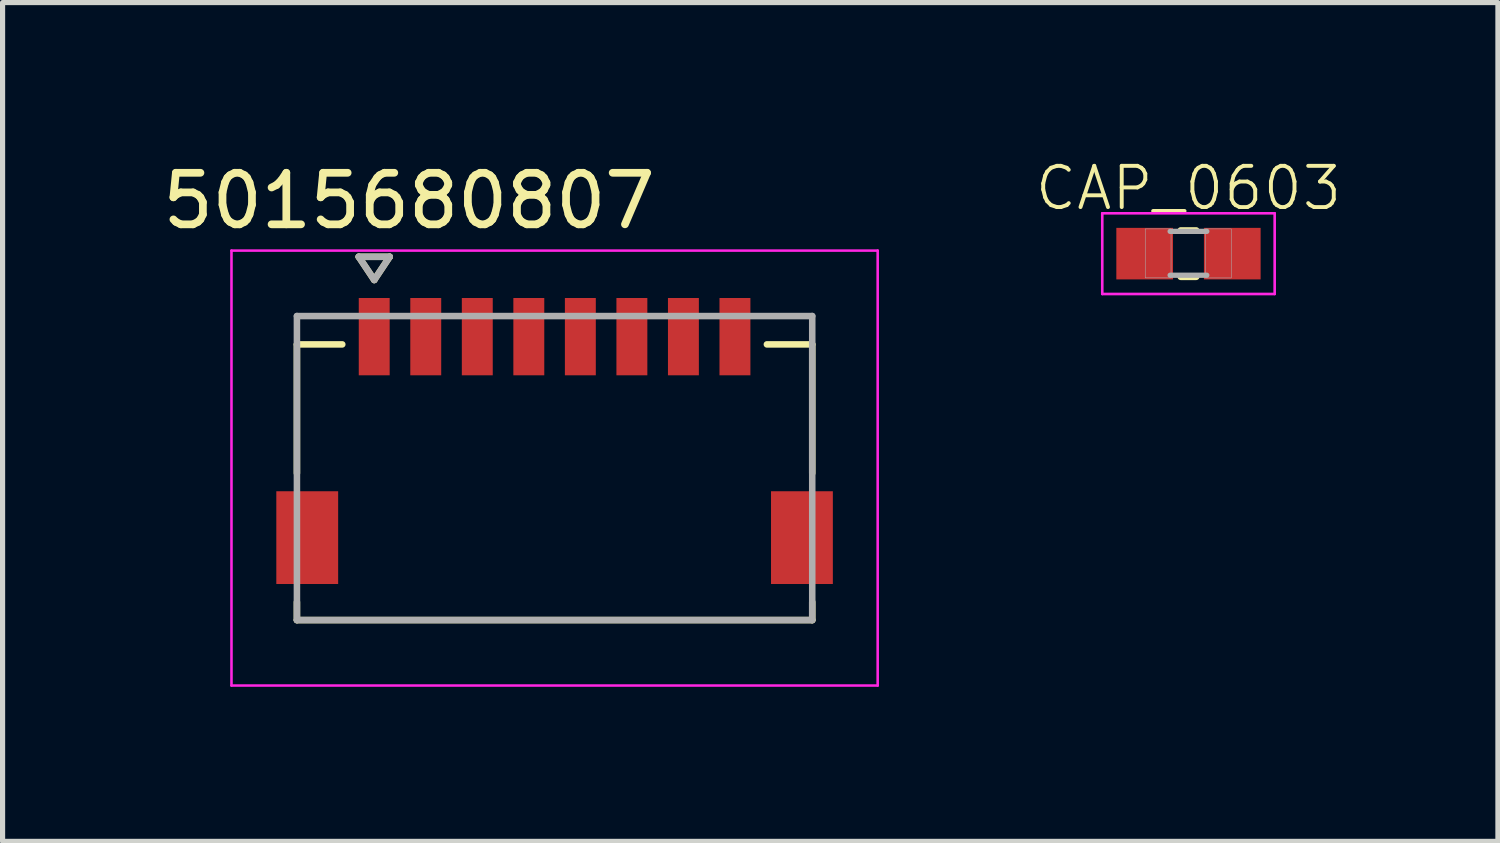
<source format=kicad_pcb>
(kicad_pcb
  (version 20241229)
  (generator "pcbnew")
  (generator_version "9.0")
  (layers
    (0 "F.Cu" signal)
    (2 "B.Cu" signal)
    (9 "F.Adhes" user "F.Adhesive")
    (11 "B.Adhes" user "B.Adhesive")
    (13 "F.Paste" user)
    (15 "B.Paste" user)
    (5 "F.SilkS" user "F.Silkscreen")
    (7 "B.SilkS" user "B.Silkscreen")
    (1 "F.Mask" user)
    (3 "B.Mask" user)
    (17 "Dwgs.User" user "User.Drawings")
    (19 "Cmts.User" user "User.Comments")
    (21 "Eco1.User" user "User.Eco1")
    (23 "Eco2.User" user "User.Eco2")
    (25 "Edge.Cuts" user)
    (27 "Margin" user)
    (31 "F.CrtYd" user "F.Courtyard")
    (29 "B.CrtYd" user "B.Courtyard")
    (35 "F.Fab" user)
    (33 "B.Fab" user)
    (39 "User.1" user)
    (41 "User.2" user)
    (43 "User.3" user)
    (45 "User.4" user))
  (footprint "CAP_0603"
    (layer "F.Cu")
    (at 20.013 1.872)
    (property "Reference" "CAP_0603" (at 0 -1.27 0) (layer "F.SilkS") (effects (font (size 0.8 0.8) (thickness 0.076))))
    (attr through_hole)
    (fp_line (start -0.15 -0.45) (end 0.15 -0.45) (stroke (width 0.127) (type solid)) (layer "F.SilkS"))
    (fp_line (start -0.15 0.45) (end 0.15 0.45) (stroke (width 0.127) (type solid)) (layer "F.SilkS"))
    (fp_line (start -1.673 -0.783) (end 1.673 -0.783) (stroke (width 0.051) (type solid)) (layer "F.CrtYd"))
    (fp_line (start -1.673 0.783) (end -1.673 -0.783) (stroke (width 0.051) (type solid)) (layer "F.CrtYd"))
    (fp_line (start 1.673 -0.783) (end 1.673 0.783) (stroke (width 0.051) (type solid)) (layer "F.CrtYd"))
    (fp_line (start 1.673 0.783) (end -1.673 0.783) (stroke (width 0.051) (type solid)) (layer "F.CrtYd"))
    (fp_line (start -0.356 -0.432) (end 0.356 -0.432) (stroke (width 0.102) (type solid)) (layer "F.Fab"))
    (fp_line (start -0.356 0.419) (end 0.356 0.419) (stroke (width 0.102) (type solid)) (layer "F.Fab"))
    (fp_poly (pts (xy -0.839 -0.48) (xy -0.338 -0.48) (xy -0.338 0.47) (xy -0.839 0.47)) (stroke (width 0.01) (type solid)) (fill no) (layer "F.Fab"))
    (fp_poly (pts (xy 0.331 -0.48) (xy 0.83 -0.48) (xy 0.83 0.471) (xy 0.331 0.471)) (stroke (width 0.01) (type solid)) (fill no) (layer "F.Fab"))
    (pad "1" smd rect (at -0.85 0) (size 1.1 1) (layers "F.Cu" "F.Mask" "F.Paste"))
    (pad "2" smd rect (at 0.85 0) (size 1.1 1) (layers "F.Cu" "F.Mask" "F.Paste")))
  (footprint "5015680807"
    (layer "F.Cu")
    (at 7.712 6.033)
    (property "Reference" "5015680807" (at -2.825 -5.185 0) (layer "F.SilkS") (effects (font (size 1 1) (thickness 0.15))))
    (attr through_hole)
    (fp_poly (pts (xy -5.476 0.374) (xy -4.124 0.374) (xy -4.124 2.326) (xy -5.476 2.326)) (stroke (width 0.01) (type solid)) (fill yes) (layer "F.Mask"))
    (fp_poly (pts (xy -3.876 -3.376) (xy -3.124 -3.376) (xy -3.124 -1.724) (xy -3.876 -1.724)) (stroke (width 0.01) (type solid)) (fill yes) (layer "F.Mask"))
    (fp_poly (pts (xy -2.876 -3.376) (xy -2.124 -3.376) (xy -2.124 -1.724) (xy -2.876 -1.724)) (stroke (width 0.01) (type solid)) (fill yes) (layer "F.Mask"))
    (fp_poly (pts (xy -1.876 -3.376) (xy -1.124 -3.376) (xy -1.124 -1.724) (xy -1.876 -1.724)) (stroke (width 0.01) (type solid)) (fill yes) (layer "F.Mask"))
    (fp_poly (pts (xy -0.876 -3.376) (xy -0.124 -3.376) (xy -0.124 -1.724) (xy -0.876 -1.724)) (stroke (width 0.01) (type solid)) (fill yes) (layer "F.Mask"))
    (fp_poly (pts (xy 0.124 -3.376) (xy 0.876 -3.376) (xy 0.876 -1.724) (xy 0.124 -1.724)) (stroke (width 0.01) (type solid)) (fill yes) (layer "F.Mask"))
    (fp_poly (pts (xy 1.124 -3.376) (xy 1.876 -3.376) (xy 1.876 -1.724) (xy 1.124 -1.724)) (stroke (width 0.01) (type solid)) (fill yes) (layer "F.Mask"))
    (fp_poly (pts (xy 2.124 -3.376) (xy 2.876 -3.376) (xy 2.876 -1.724) (xy 2.124 -1.724)) (stroke (width 0.01) (type solid)) (fill yes) (layer "F.Mask"))
    (fp_poly (pts (xy 3.124 -3.376) (xy 3.876 -3.376) (xy 3.876 -1.724) (xy 3.124 -1.724)) (stroke (width 0.01) (type solid)) (fill yes) (layer "F.Mask"))
    (fp_poly (pts (xy 4.124 0.374) (xy 5.476 0.374) (xy 5.476 2.326) (xy 4.124 2.326)) (stroke (width 0.01) (type solid)) (fill yes) (layer "F.Mask"))
    (fp_line (start -5 -2.4) (end -4.12 -2.4) (stroke (width 0.127) (type solid)) (layer "F.SilkS"))
    (fp_line (start -5 0.1) (end -5 -2.4) (stroke (width 0.127) (type solid)) (layer "F.SilkS"))
    (fp_line (start -5 2.6) (end -5 2.95) (stroke (width 0.127) (type solid)) (layer "F.SilkS"))
    (fp_line (start -5 2.95) (end 5 2.95) (stroke (width 0.127) (type solid)) (layer "F.SilkS"))
    (fp_line (start -3.8 -4.1) (end -3.2 -4.1) (stroke (width 0.127) (type solid)) (layer "F.SilkS"))
    (fp_line (start -3.5 -3.65) (end -3.8 -4.1) (stroke (width 0.127) (type solid)) (layer "F.SilkS"))
    (fp_line (start -3.2 -4.1) (end -3.5 -3.65) (stroke (width 0.127) (type solid)) (layer "F.SilkS"))
    (fp_line (start 4.12 -2.4) (end 5 -2.4) (stroke (width 0.127) (type solid)) (layer "F.SilkS"))
    (fp_line (start 5 -2.4) (end 5 0.1) (stroke (width 0.127) (type solid)) (layer "F.SilkS"))
    (fp_line (start 5 2.95) (end 5 2.6) (stroke (width 0.127) (type solid)) (layer "F.SilkS"))
    (fp_line (start -6.27 -4.22) (end 6.27 -4.22) (stroke (width 0.05) (type solid)) (layer "F.CrtYd"))
    (fp_line (start -6.27 4.22) (end -6.27 -4.22) (stroke (width 0.05) (type solid)) (layer "F.CrtYd"))
    (fp_line (start -6.27 4.22) (end 6.27 4.22) (stroke (width 0.05) (type solid)) (layer "F.CrtYd"))
    (fp_line (start 6.27 -4.22) (end 6.27 4.22) (stroke (width 0.05) (type solid)) (layer "F.CrtYd"))
    (fp_line (start -5 -2.95) (end 5 -2.95) (stroke (width 0.127) (type solid)) (layer "F.Fab"))
    (fp_line (start -5 2.95) (end -5 -2.95) (stroke (width 0.127) (type solid)) (layer "F.Fab"))
    (fp_line (start -3.8 -4.1) (end -3.2 -4.1) (stroke (width 0.127) (type solid)) (layer "F.Fab"))
    (fp_line (start -3.5 -3.65) (end -3.8 -4.1) (stroke (width 0.127) (type solid)) (layer "F.Fab"))
    (fp_line (start -3.2 -4.1) (end -3.5 -3.65) (stroke (width 0.127) (type solid)) (layer "F.Fab"))
    (fp_line (start 5 -2.95) (end 5 2.95) (stroke (width 0.127) (type solid)) (layer "F.Fab"))
    (fp_line (start 5 2.95) (end -5 2.95) (stroke (width 0.127) (type solid)) (layer "F.Fab"))
    (pad "1" smd rect (at -3.5 -2.55) (size 0.6 1.5) (layers "F.Cu" "F.Paste"))
    (pad "2" smd rect (at -2.5 -2.55) (size 0.6 1.5) (layers "F.Cu" "F.Paste"))
    (pad "3" smd rect (at -1.5 -2.55) (size 0.6 1.5) (layers "F.Cu" "F.Paste"))
    (pad "4" smd rect (at -0.5 -2.55) (size 0.6 1.5) (layers "F.Cu" "F.Paste"))
    (pad "5" smd rect (at 0.5 -2.55) (size 0.6 1.5) (layers "F.Cu" "F.Paste"))
    (pad "6" smd rect (at 1.5 -2.55) (size 0.6 1.5) (layers "F.Cu" "F.Paste"))
    (pad "7" smd rect (at 2.5 -2.55) (size 0.6 1.5) (layers "F.Cu" "F.Paste"))
    (pad "8" smd rect (at 3.5 -2.55) (size 0.6 1.5) (layers "F.Cu" "F.Paste"))
    (pad "S1" smd rect (at 4.8 1.35) (size 1.2 1.8) (layers "F.Cu" "F.Paste"))
    (pad "S2" smd rect (at -4.8 1.35) (size 1.2 1.8) (layers "F.Cu" "F.Paste"))
    (zone (net_name "") (layer "F.Cu") (hatch full 0.508) (connect_pads) (min_thickness 0.01) (filled_areas_thickness no) (keepout (tracks not_allowed) (vias not_allowed) (pads not_allowed) (copperpour not_allowed) (footprints allowed)) (placement (enabled no)) (fill) (polygon (pts (xy 12.062 6.478) (xy 12.062 3.633) (xy 11.517 3.633) (xy 11.517 4.238) (xy 10.907 4.238) (xy 10.907 3.633) (xy 10.517 3.633) (xy 10.517 4.238) (xy 9.907 4.238) (xy 9.907 3.633) (xy 9.517 3.633) (xy 9.517 4.238) (xy 8.907 4.238) (xy 8.907 3.633) (xy 8.517 3.633) (xy 8.517 4.238) (xy 7.907 4.238) (xy 7.907 3.633) (xy 7.517 3.633) (xy 7.517 4.238) (xy 6.907 4.238) (xy 6.907 3.633) (xy 6.517 3.633) (xy 6.517 4.238) (xy 5.907 4.238) (xy 5.907 3.633) (xy 5.517 3.633) (xy 5.517 4.238) (xy 4.907 4.238) (xy 4.907 3.633) (xy 4.517 3.633) (xy 4.517 4.238) (xy 3.907 4.238) (xy 3.907 3.633) (xy 3.362 3.633) (xy 3.362 6.478) (xy 3.517 6.478) (xy 3.517 8.288) (xy 3.362 8.288) (xy 3.362 9.283) (xy 12.062 9.283) (xy 12.062 8.288) (xy 11.907 8.288) (xy 11.907 6.478)))))
  (gr_rect
    (start -3 -3)
    (end 26.018 13.278)
    (stroke (width 0.1) (type default))
    (fill no)
    (layer "Edge.Cuts")))
</source>
